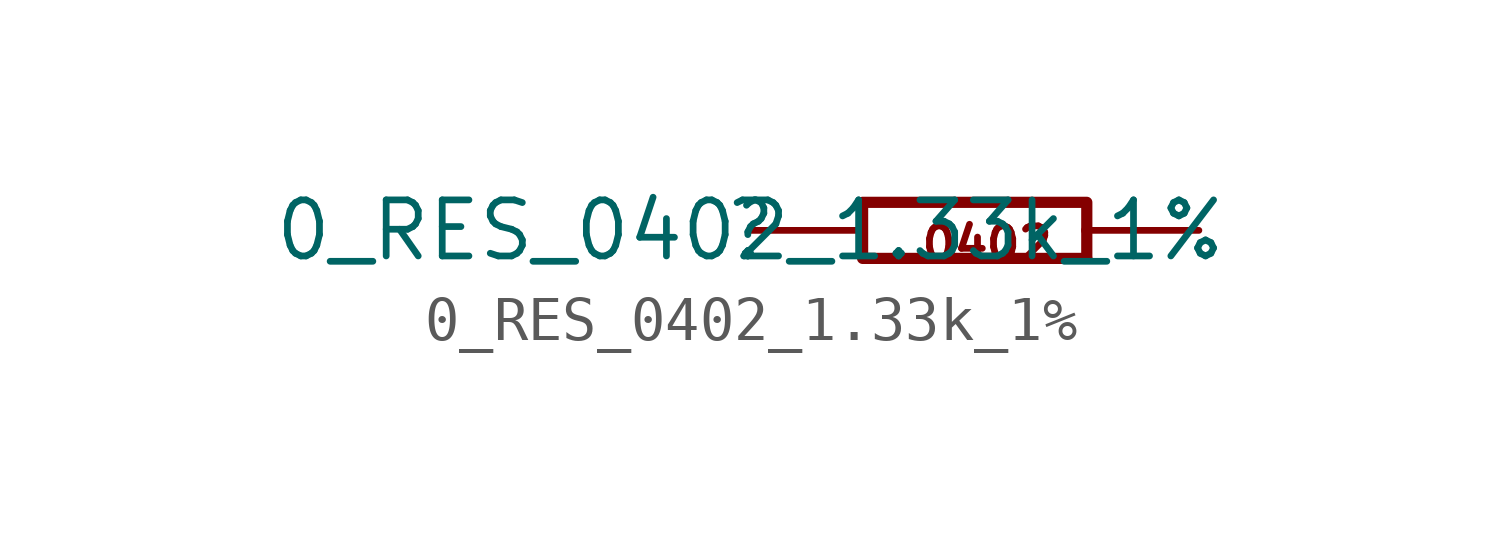
<source format=kicad_sym>
(kicad_symbol_lib
  (version 20211014)
  (generator kicad_symbol_editor)
  (symbol "0_RES_0402_1.33k_1%"
    (property "Reference" ""
      (at 0 0 0)
      (effects (font (size 1.27 1.27))))
    (property "Value" "0_RES_0402_1.33k_1%"
      (at 0 0 0)
      (effects (font (size 1.27 1.27))))
    (symbol "0_RES_0402_1.33k_1%_1_0"
      (polyline (pts (xy 7.62 -0.635) (xy 7.62 0)) (stroke (width 0.254) (type default) (color 0 0 0 0)) (fill (type none)))
      (polyline (pts (xy 7.62 0) (xy 7.62 0.635) (xy 2.54 0.635) (xy 2.54 -0.635) (xy 7.62 -0.635)) (stroke (width 0.254) (type default) (color 0 0 0 0)) (fill (type none)))
      (text "0402" (at 3.81 -0.762 0) (effects (font (size 0.762 0.762)) (justify left bottom)))
      (pin passive line (at 0 0 0) (length 2.54) (name "1" (effects (font (size 0 0)))) (number "1" (effects (font (size 0 0)))))
      (pin passive line (at 10.16 0 180) (length 2.54) (name "2" (effects (font (size 0 0)))) (number "2" (effects (font (size 0 0))))))))
</source>
